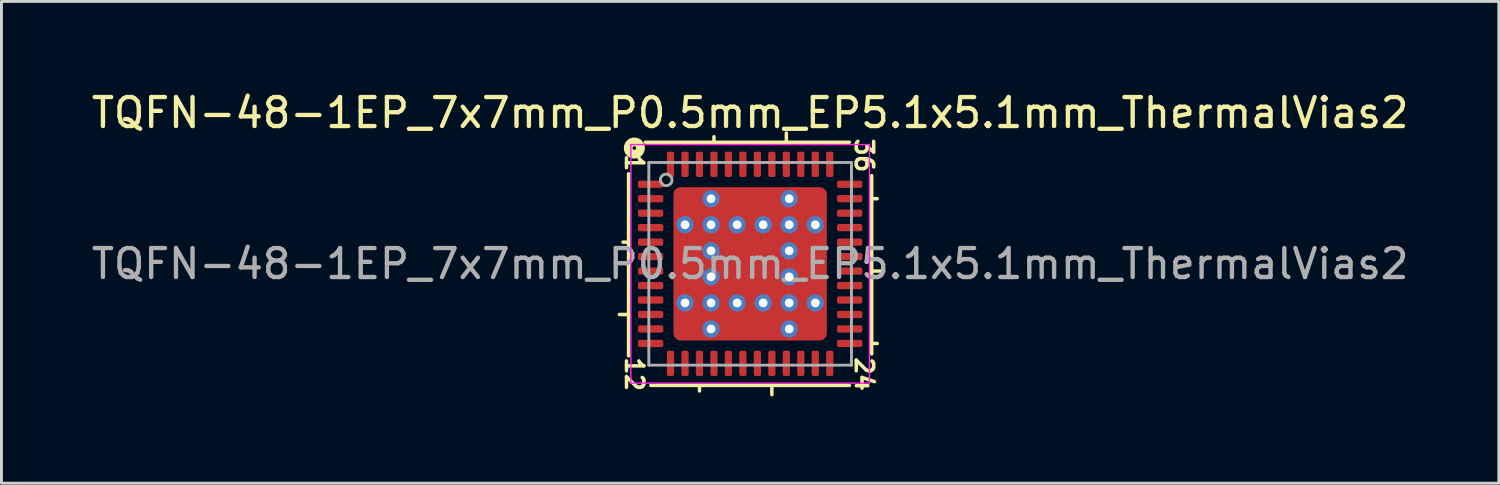
<source format=kicad_pcb>
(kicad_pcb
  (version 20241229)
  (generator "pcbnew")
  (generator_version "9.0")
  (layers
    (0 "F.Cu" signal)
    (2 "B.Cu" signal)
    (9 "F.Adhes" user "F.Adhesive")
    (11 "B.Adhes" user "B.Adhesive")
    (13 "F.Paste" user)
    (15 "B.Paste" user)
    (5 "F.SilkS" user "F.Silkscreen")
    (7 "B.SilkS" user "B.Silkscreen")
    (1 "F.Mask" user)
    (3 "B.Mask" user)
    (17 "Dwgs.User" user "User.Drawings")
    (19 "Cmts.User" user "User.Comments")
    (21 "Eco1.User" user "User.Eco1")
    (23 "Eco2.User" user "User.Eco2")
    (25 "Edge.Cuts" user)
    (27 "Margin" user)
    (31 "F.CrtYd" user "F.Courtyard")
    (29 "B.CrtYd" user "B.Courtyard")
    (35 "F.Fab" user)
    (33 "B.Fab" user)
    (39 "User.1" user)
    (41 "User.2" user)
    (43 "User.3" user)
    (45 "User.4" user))
  (footprint "TQFN-48-1EP_7x7mm_P0.5mm_EP5.1x5.1mm_ThermalVias2"
    (layer "F.Cu")
    (at 22.863 6.064)
    (property "Reference" "TQFN-48-1EP_7x7mm_P0.5mm_EP5.1x5.1mm_ThermalVias2" (at 0 -5.216 0) (layer "F.SilkS") (effects (font (size 1 1) (thickness 0.15))))
    (attr smd)
    (fp_line (start -4.2 -3.111) (end -4.2 3.175) (stroke (width 0.12) (type solid)) (layer "F.SilkS"))
    (fp_line (start -4.2 -0.75) (end -4.391 -0.75) (stroke (width 0.12) (type solid)) (layer "F.SilkS"))
    (fp_line (start -4.2 1.75) (end -4.518 1.75) (stroke (width 0.12) (type solid)) (layer "F.SilkS"))
    (fp_line (start -3.429 4.2) (end 3.429 4.2) (stroke (width 0.12) (type solid)) (layer "F.SilkS"))
    (fp_line (start -1.75 4.2) (end -1.75 4.391) (stroke (width 0.12) (type solid)) (layer "F.SilkS"))
    (fp_line (start -1.25 -4.2) (end -1.25 -4.391) (stroke (width 0.12) (type solid)) (layer "F.SilkS"))
    (fp_line (start 0.75 4.2) (end 0.75 4.518) (stroke (width 0.12) (type solid)) (layer "F.SilkS"))
    (fp_line (start 1.25 -4.2) (end 1.25 -4.518) (stroke (width 0.12) (type solid)) (layer "F.SilkS"))
    (fp_line (start 3.429 -4.2) (end -3.619 -4.2) (stroke (width 0.12) (type solid)) (layer "F.SilkS"))
    (fp_line (start 4.2 -2.25) (end 4.391 -2.25) (stroke (width 0.12) (type solid)) (layer "F.SilkS"))
    (fp_line (start 4.2 0.25) (end 4.518 0.25) (stroke (width 0.12) (type solid)) (layer "F.SilkS"))
    (fp_line (start 4.2 2.75) (end 4.391 2.75) (stroke (width 0.12) (type solid)) (layer "F.SilkS"))
    (fp_line (start 4.2 3.111) (end 4.2 -3.048) (stroke (width 0.12) (type solid)) (layer "F.SilkS"))
    (fp_circle (center -4 -4) (end -3.937 -4) (stroke (width 0.3) (type solid)) (fill no) (layer "F.SilkS"))
    (fp_line (start -4.12 -4.12) (end -4.12 4.12) (stroke (width 0.05) (type solid)) (layer "F.CrtYd"))
    (fp_line (start -4.12 4.12) (end 4.12 4.12) (stroke (width 0.05) (type solid)) (layer "F.CrtYd"))
    (fp_line (start 4.12 -4.12) (end -4.12 -4.12) (stroke (width 0.05) (type solid)) (layer "F.CrtYd"))
    (fp_line (start 4.12 4.12) (end 4.12 -4.12) (stroke (width 0.05) (type solid)) (layer "F.CrtYd"))
    (fp_line (start -3.5 -3.5) (end 3.5 -3.5) (stroke (width 0.1) (type solid)) (layer "F.Fab"))
    (fp_line (start -3.5 3.5) (end -3.5 -3.5) (stroke (width 0.1) (type solid)) (layer "F.Fab"))
    (fp_line (start 3.5 -3.5) (end 3.5 3.5) (stroke (width 0.1) (type solid)) (layer "F.Fab"))
    (fp_line (start 3.5 3.5) (end -3.5 3.5) (stroke (width 0.1) (type solid)) (layer "F.Fab"))
    (fp_circle (center -2.9 -2.9) (end -2.7 -2.9) (stroke (width 0.1) (type solid)) (fill no) (layer "F.Fab"))
    (fp_text user "1" (at -4 -3.493 270) (unlocked yes) (layer "F.SilkS") (effects (font (size 0.6 0.6) (thickness 0.12))))
    (fp_text user "24" (at 3.937 3.81 270) (unlocked yes) (layer "F.SilkS") (effects (font (size 0.6 0.6) (thickness 0.12))))
    (fp_text user "36" (at 3.937 -3.747 270) (unlocked yes) (layer "F.SilkS") (effects (font (size 0.6 0.6) (thickness 0.12))))
    (fp_text user "12" (at -4 3.81 270) (unlocked yes) (layer "F.SilkS") (effects (font (size 0.6 0.6) (thickness 0.12))))
    (fp_text user "${REFERENCE}" (at 0 0 0) (layer "F.Fab") (effects (font (size 1 1) (thickness 0.15))))
    (pad "" smd roundrect (at -2.1 -2.1) (size 0.6 0.6) (layers "F.Paste") (roundrect_rratio 0.25))
    (pad "" smd roundrect (at -2.1 -2.1 270) (size 0.9 0.9) (layers "F.Mask") (roundrect_rratio 0.25))
    (pad "" smd roundrect (at -2.1 -0.5 90) (size 0.8 0.6) (layers "F.Paste") (roundrect_rratio 0.25))
    (pad "" smd roundrect (at -2.1 0 270) (size 2.1 0.9) (layers "F.Mask") (roundrect_rratio 0.25))
    (pad "" smd roundrect (at -2.1 0.5 90) (size 0.8 0.6) (layers "F.Paste") (roundrect_rratio 0.25))
    (pad "" smd roundrect (at -2.1 2.1) (size 0.6 0.6) (layers "F.Paste") (roundrect_rratio 0.25))
    (pad "" smd roundrect (at -2.1 2.1 270) (size 0.9 0.9) (layers "F.Mask") (roundrect_rratio 0.25))
    (pad "" smd roundrect (at -0.5 -2.1) (size 0.8 0.6) (layers "F.Paste") (roundrect_rratio 0.25))
    (pad "" smd roundrect (at -0.5 -0.5) (size 0.8 0.8) (layers "F.Paste") (roundrect_rratio 0.25))
    (pad "" smd roundrect (at -0.5 0.5) (size 0.8 0.8) (layers "F.Paste") (roundrect_rratio 0.25))
    (pad "" smd roundrect (at -0.5 2.1) (size 0.8 0.6) (layers "F.Paste") (roundrect_rratio 0.25))
    (pad "" smd roundrect (at 0 -2.1 270) (size 0.9 2.1) (layers "F.Mask") (roundrect_rratio 0.25))
    (pad "" smd roundrect (at 0 0 270) (size 2.1 2.1) (layers "F.Mask") (roundrect_rratio 0.119))
    (pad "" smd roundrect (at 0 2.1 270) (size 0.9 2.1) (layers "F.Mask") (roundrect_rratio 0.25))
    (pad "" smd roundrect (at 0.5 -2.1) (size 0.8 0.6) (layers "F.Paste") (roundrect_rratio 0.25))
    (pad "" smd roundrect (at 0.5 -0.5) (size 0.8 0.8) (layers "F.Paste") (roundrect_rratio 0.25))
    (pad "" smd roundrect (at 0.5 0.5) (size 0.8 0.8) (layers "F.Paste") (roundrect_rratio 0.25))
    (pad "" smd roundrect (at 0.5 2.1) (size 0.8 0.6) (layers "F.Paste") (roundrect_rratio 0.25))
    (pad "" smd roundrect (at 2.1 -2.1) (size 0.6 0.6) (layers "F.Paste") (roundrect_rratio 0.25))
    (pad "" smd roundrect (at 2.1 -2.1 270) (size 0.9 0.9) (layers "F.Mask") (roundrect_rratio 0.25))
    (pad "" smd roundrect (at 2.1 -0.5 90) (size 0.8 0.6) (layers "F.Paste") (roundrect_rratio 0.25))
    (pad "" smd roundrect (at 2.1 0 270) (size 2.1 0.9) (layers "F.Mask") (roundrect_rratio 0.25))
    (pad "" smd roundrect (at 2.1 0.5 90) (size 0.8 0.6) (layers "F.Paste") (roundrect_rratio 0.25))
    (pad "" smd roundrect (at 2.1 2.1) (size 0.6 0.6) (layers "F.Paste") (roundrect_rratio 0.25))
    (pad "" smd roundrect (at 2.1 2.1 270) (size 0.9 0.9) (layers "F.Mask") (roundrect_rratio 0.25))
    (pad "1" smd roundrect (at -3.438 -2.75) (size 0.875 0.25) (layers "F.Cu" "F.Mask" "F.Paste") (roundrect_rratio 0.25))
    (pad "2" smd roundrect (at -3.438 -2.25) (size 0.875 0.25) (layers "F.Cu" "F.Mask" "F.Paste") (roundrect_rratio 0.25))
    (pad "3" smd roundrect (at -3.438 -1.75) (size 0.875 0.25) (layers "F.Cu" "F.Mask" "F.Paste") (roundrect_rratio 0.25))
    (pad "4" smd roundrect (at -3.438 -1.25) (size 0.875 0.25) (layers "F.Cu" "F.Mask" "F.Paste") (roundrect_rratio 0.25))
    (pad "5" smd roundrect (at -3.438 -0.75) (size 0.875 0.25) (layers "F.Cu" "F.Mask" "F.Paste") (roundrect_rratio 0.25))
    (pad "6" smd roundrect (at -3.438 -0.25) (size 0.875 0.25) (layers "F.Cu" "F.Mask" "F.Paste") (roundrect_rratio 0.25))
    (pad "7" smd roundrect (at -3.438 0.25) (size 0.875 0.25) (layers "F.Cu" "F.Mask" "F.Paste") (roundrect_rratio 0.25))
    (pad "8" smd roundrect (at -3.438 0.75) (size 0.875 0.25) (layers "F.Cu" "F.Mask" "F.Paste") (roundrect_rratio 0.25))
    (pad "9" smd roundrect (at -3.438 1.25) (size 0.875 0.25) (layers "F.Cu" "F.Mask" "F.Paste") (roundrect_rratio 0.25))
    (pad "10" smd roundrect (at -3.438 1.75) (size 0.875 0.25) (layers "F.Cu" "F.Mask" "F.Paste") (roundrect_rratio 0.25))
    (pad "11" smd roundrect (at -3.438 2.25) (size 0.875 0.25) (layers "F.Cu" "F.Mask" "F.Paste") (roundrect_rratio 0.25))
    (pad "12" smd roundrect (at -3.438 2.75) (size 0.875 0.25) (layers "F.Cu" "F.Mask" "F.Paste") (roundrect_rratio 0.25))
    (pad "13" smd roundrect (at -2.75 3.438) (size 0.25 0.875) (layers "F.Cu" "F.Mask" "F.Paste") (roundrect_rratio 0.25))
    (pad "14" smd roundrect (at -2.25 3.438) (size 0.25 0.875) (layers "F.Cu" "F.Mask" "F.Paste") (roundrect_rratio 0.25))
    (pad "15" smd roundrect (at -1.75 3.438) (size 0.25 0.875) (layers "F.Cu" "F.Mask" "F.Paste") (roundrect_rratio 0.25))
    (pad "16" smd roundrect (at -1.25 3.438) (size 0.25 0.875) (layers "F.Cu" "F.Mask" "F.Paste") (roundrect_rratio 0.25))
    (pad "17" smd roundrect (at -0.75 3.438) (size 0.25 0.875) (layers "F.Cu" "F.Mask" "F.Paste") (roundrect_rratio 0.25))
    (pad "18" smd roundrect (at -0.25 3.438) (size 0.25 0.875) (layers "F.Cu" "F.Mask" "F.Paste") (roundrect_rratio 0.25))
    (pad "19" smd roundrect (at 0.25 3.438) (size 0.25 0.875) (layers "F.Cu" "F.Mask" "F.Paste") (roundrect_rratio 0.25))
    (pad "20" smd roundrect (at 0.75 3.438) (size 0.25 0.875) (layers "F.Cu" "F.Mask" "F.Paste") (roundrect_rratio 0.25))
    (pad "21" smd roundrect (at 1.25 3.438) (size 0.25 0.875) (layers "F.Cu" "F.Mask" "F.Paste") (roundrect_rratio 0.25))
    (pad "22" smd roundrect (at 1.75 3.438) (size 0.25 0.875) (layers "F.Cu" "F.Mask" "F.Paste") (roundrect_rratio 0.25))
    (pad "23" smd roundrect (at 2.25 3.438) (size 0.25 0.875) (layers "F.Cu" "F.Mask" "F.Paste") (roundrect_rratio 0.25))
    (pad "24" smd roundrect (at 2.75 3.438) (size 0.25 0.875) (layers "F.Cu" "F.Mask" "F.Paste") (roundrect_rratio 0.25))
    (pad "25" smd roundrect (at 3.438 2.75) (size 0.875 0.25) (layers "F.Cu" "F.Mask" "F.Paste") (roundrect_rratio 0.25))
    (pad "26" smd roundrect (at 3.438 2.25) (size 0.875 0.25) (layers "F.Cu" "F.Mask" "F.Paste") (roundrect_rratio 0.25))
    (pad "27" smd roundrect (at 3.438 1.75) (size 0.875 0.25) (layers "F.Cu" "F.Mask" "F.Paste") (roundrect_rratio 0.25))
    (pad "28" smd roundrect (at 3.438 1.25) (size 0.875 0.25) (layers "F.Cu" "F.Mask" "F.Paste") (roundrect_rratio 0.25))
    (pad "29" smd roundrect (at 3.438 0.75) (size 0.875 0.25) (layers "F.Cu" "F.Mask" "F.Paste") (roundrect_rratio 0.25))
    (pad "30" smd roundrect (at 3.438 0.25) (size 0.875 0.25) (layers "F.Cu" "F.Mask" "F.Paste") (roundrect_rratio 0.25))
    (pad "31" smd roundrect (at 3.438 -0.25) (size 0.875 0.25) (layers "F.Cu" "F.Mask" "F.Paste") (roundrect_rratio 0.25))
    (pad "32" smd roundrect (at 3.438 -0.75) (size 0.875 0.25) (layers "F.Cu" "F.Mask" "F.Paste") (roundrect_rratio 0.25))
    (pad "33" smd roundrect (at 3.438 -1.25) (size 0.875 0.25) (layers "F.Cu" "F.Mask" "F.Paste") (roundrect_rratio 0.25))
    (pad "34" smd roundrect (at 3.438 -1.75) (size 0.875 0.25) (layers "F.Cu" "F.Mask" "F.Paste") (roundrect_rratio 0.25))
    (pad "35" smd roundrect (at 3.438 -2.25) (size 0.875 0.25) (layers "F.Cu" "F.Mask" "F.Paste") (roundrect_rratio 0.25))
    (pad "36" smd roundrect (at 3.438 -2.75) (size 0.875 0.25) (layers "F.Cu" "F.Mask" "F.Paste") (roundrect_rratio 0.25))
    (pad "37" smd roundrect (at 2.75 -3.438) (size 0.25 0.875) (layers "F.Cu" "F.Mask" "F.Paste") (roundrect_rratio 0.25))
    (pad "38" smd roundrect (at 2.25 -3.438) (size 0.25 0.875) (layers "F.Cu" "F.Mask" "F.Paste") (roundrect_rratio 0.25))
    (pad "39" smd roundrect (at 1.75 -3.438) (size 0.25 0.875) (layers "F.Cu" "F.Mask" "F.Paste") (roundrect_rratio 0.25))
    (pad "40" smd roundrect (at 1.25 -3.438) (size 0.25 0.875) (layers "F.Cu" "F.Mask" "F.Paste") (roundrect_rratio 0.25))
    (pad "41" smd roundrect (at 0.75 -3.438) (size 0.25 0.875) (layers "F.Cu" "F.Mask" "F.Paste") (roundrect_rratio 0.25))
    (pad "42" smd roundrect (at 0.25 -3.438) (size 0.25 0.875) (layers "F.Cu" "F.Mask" "F.Paste") (roundrect_rratio 0.25))
    (pad "43" smd roundrect (at -0.25 -3.438) (size 0.25 0.875) (layers "F.Cu" "F.Mask" "F.Paste") (roundrect_rratio 0.25))
    (pad "44" smd roundrect (at -0.75 -3.438) (size 0.25 0.875) (layers "F.Cu" "F.Mask" "F.Paste") (roundrect_rratio 0.25))
    (pad "45" smd roundrect (at -1.25 -3.438) (size 0.25 0.875) (layers "F.Cu" "F.Mask" "F.Paste") (roundrect_rratio 0.25))
    (pad "46" smd roundrect (at -1.75 -3.438) (size 0.25 0.875) (layers "F.Cu" "F.Mask" "F.Paste") (roundrect_rratio 0.25))
    (pad "47" smd roundrect (at -2.25 -3.438) (size 0.25 0.875) (layers "F.Cu" "F.Mask" "F.Paste") (roundrect_rratio 0.25))
    (pad "48" smd roundrect (at -2.75 -3.438) (size 0.25 0.875) (layers "F.Cu" "F.Mask" "F.Paste") (roundrect_rratio 0.25))
    (pad "49" thru_hole circle (at -2.25 -1.35 180) (size 0.6 0.6) (drill 0.3) (property pad_prop_heatsink) (layers "*.Cu" "*.Mask"))
    (pad "49" thru_hole circle (at -2.25 1.35 180) (size 0.6 0.6) (drill 0.3) (property pad_prop_heatsink) (layers "*.Cu" "*.Mask"))
    (pad "49" thru_hole circle (at -1.35 -2.25 180) (size 0.6 0.6) (drill 0.3) (property pad_prop_heatsink) (layers "*.Cu" "*.Mask"))
    (pad "49" thru_hole circle (at -1.35 -1.35 180) (size 0.6 0.6) (drill 0.3) (property pad_prop_heatsink) (layers "*.Cu" "*.Mask"))
    (pad "49" thru_hole circle (at -1.35 -0.45 180) (size 0.6 0.6) (drill 0.3) (property pad_prop_heatsink) (layers "*.Cu" "*.Mask"))
    (pad "49" thru_hole circle (at -1.35 0.45 180) (size 0.6 0.6) (drill 0.3) (property pad_prop_heatsink) (layers "*.Cu" "*.Mask"))
    (pad "49" thru_hole circle (at -1.35 1.35 180) (size 0.6 0.6) (drill 0.3) (property pad_prop_heatsink) (layers "*.Cu" "*.Mask"))
    (pad "49" thru_hole circle (at -1.35 2.25 180) (size 0.6 0.6) (drill 0.3) (property pad_prop_heatsink) (layers "*.Cu" "*.Mask"))
    (pad "49" thru_hole circle (at -0.45 -1.35 180) (size 0.6 0.6) (drill 0.3) (property pad_prop_heatsink) (layers "*.Cu" "*.Mask"))
    (pad "49" thru_hole circle (at -0.45 1.35 180) (size 0.6 0.6) (drill 0.3) (property pad_prop_heatsink) (layers "*.Cu" "*.Mask"))
    (pad "49" smd roundrect (at 0 0) (size 5.3 5.3) (layers "F.Cu") (roundrect_rratio 0.047))
    (pad "49" thru_hole circle (at 0.45 -1.35 180) (size 0.6 0.6) (drill 0.3) (property pad_prop_heatsink) (layers "*.Cu" "*.Mask"))
    (pad "49" thru_hole circle (at 0.45 1.35 180) (size 0.6 0.6) (drill 0.3) (property pad_prop_heatsink) (layers "*.Cu" "*.Mask"))
    (pad "49" thru_hole circle (at 1.35 -2.25 180) (size 0.6 0.6) (drill 0.3) (property pad_prop_heatsink) (layers "*.Cu" "*.Mask"))
    (pad "49" thru_hole circle (at 1.35 -1.35 180) (size 0.6 0.6) (drill 0.3) (property pad_prop_heatsink) (layers "*.Cu" "*.Mask"))
    (pad "49" thru_hole circle (at 1.35 -0.45 180) (size 0.6 0.6) (drill 0.3) (property pad_prop_heatsink) (layers "*.Cu" "*.Mask"))
    (pad "49" thru_hole circle (at 1.35 0.45 180) (size 0.6 0.6) (drill 0.3) (property pad_prop_heatsink) (layers "*.Cu" "*.Mask"))
    (pad "49" thru_hole circle (at 1.35 1.35 180) (size 0.6 0.6) (drill 0.3) (property pad_prop_heatsink) (layers "*.Cu" "*.Mask"))
    (pad "49" thru_hole circle (at 1.35 2.25 180) (size 0.6 0.6) (drill 0.3) (property pad_prop_heatsink) (layers "*.Cu" "*.Mask"))
    (pad "49" thru_hole circle (at 2.25 -1.35 180) (size 0.6 0.6) (drill 0.3) (property pad_prop_heatsink) (layers "*.Cu" "*.Mask"))
    (pad "49" thru_hole circle (at 2.25 1.35 180) (size 0.6 0.6) (drill 0.3) (property pad_prop_heatsink) (layers "*.Cu" "*.Mask")))
  (gr_rect
    (start -3 -3)
    (end 48.726 13.642)
    (stroke (width 0.1) (type default))
    (fill no)
    (layer "Edge.Cuts")))
</source>
